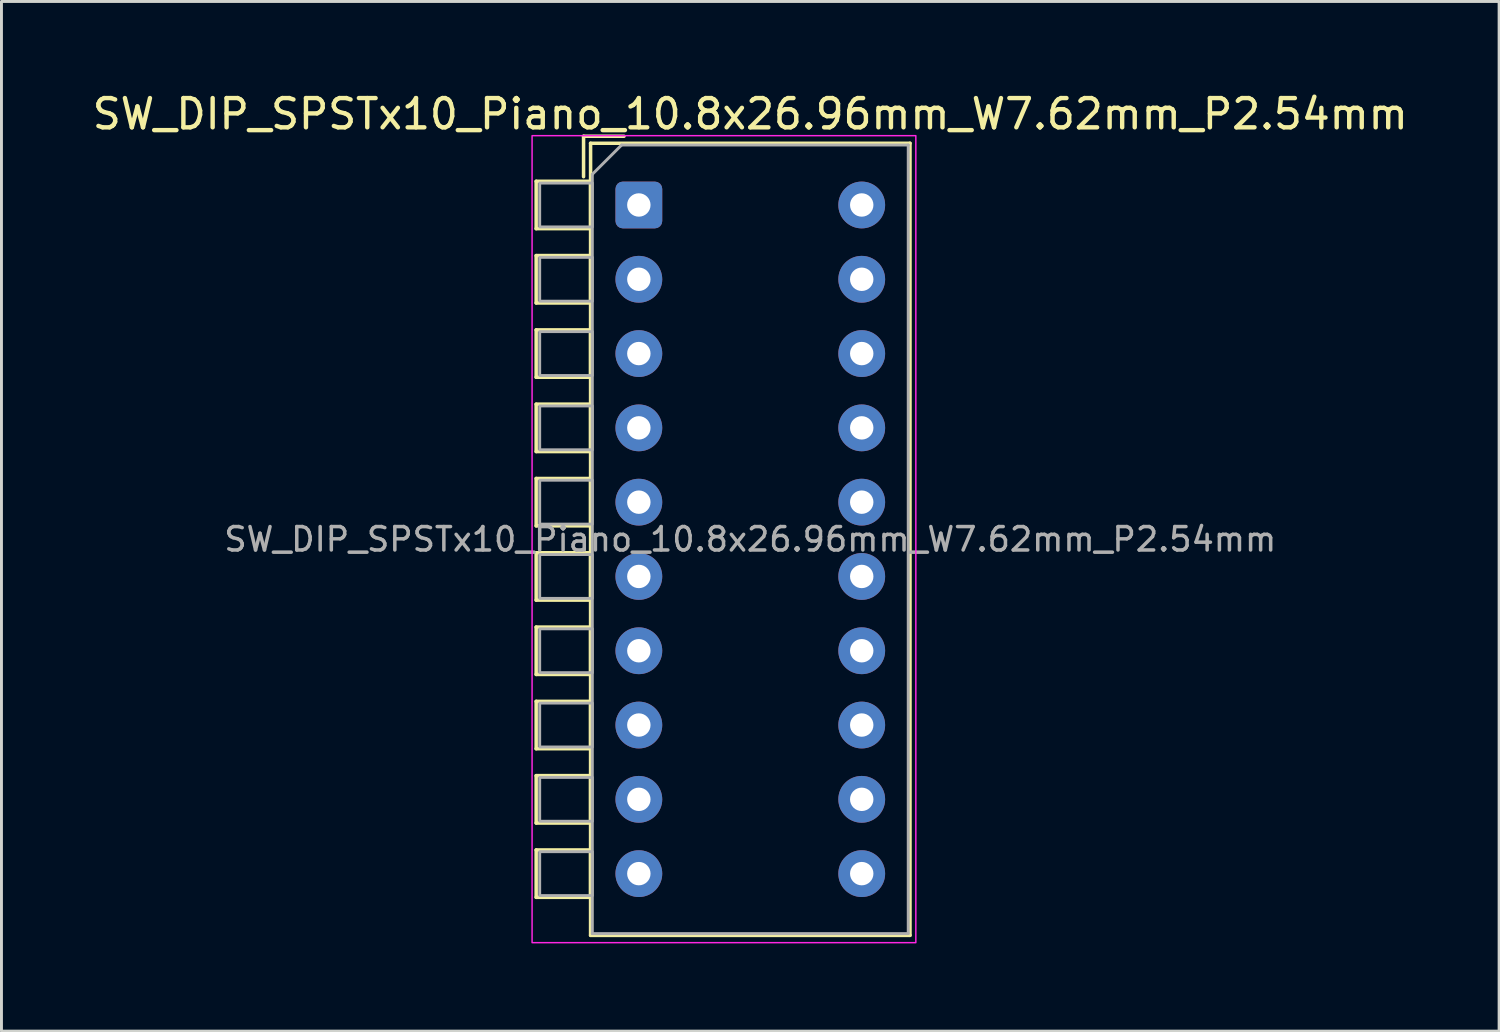
<source format=kicad_pcb>
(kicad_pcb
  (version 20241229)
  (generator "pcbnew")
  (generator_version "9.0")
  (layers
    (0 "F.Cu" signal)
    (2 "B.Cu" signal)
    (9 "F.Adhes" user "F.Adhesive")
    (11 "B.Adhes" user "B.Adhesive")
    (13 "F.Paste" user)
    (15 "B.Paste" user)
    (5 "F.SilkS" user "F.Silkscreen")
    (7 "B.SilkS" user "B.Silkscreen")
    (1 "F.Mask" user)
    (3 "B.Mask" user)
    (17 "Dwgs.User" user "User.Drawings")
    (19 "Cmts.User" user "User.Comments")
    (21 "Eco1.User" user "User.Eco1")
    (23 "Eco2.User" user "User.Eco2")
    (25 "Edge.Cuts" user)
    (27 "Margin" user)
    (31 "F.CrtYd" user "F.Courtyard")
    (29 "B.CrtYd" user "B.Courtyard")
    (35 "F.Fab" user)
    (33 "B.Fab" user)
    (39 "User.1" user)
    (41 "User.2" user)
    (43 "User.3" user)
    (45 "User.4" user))
  (footprint "SW_DIP_SPSTx10_Piano_10.8x26.96mm_W7.62mm_P2.54mm"
    (layer "F.Cu")
    (at 18.791 3.958)
    (property "Reference" "SW_DIP_SPSTx10_Piano_10.8x26.96mm_W7.62mm_P2.54mm" (at 3.81 -3.11 0) (layer "F.SilkS") (effects (font (size 1 1) (thickness 0.15))))
    (attr through_hole)
    (fp_line (start -3.51 -0.81) (end -3.51 0.81) (stroke (width 0.12) (type solid)) (layer "F.SilkS"))
    (fp_line (start -3.51 -0.81) (end -1.65 -0.81) (stroke (width 0.12) (type solid)) (layer "F.SilkS"))
    (fp_line (start -3.51 0.81) (end -1.65 0.81) (stroke (width 0.12) (type solid)) (layer "F.SilkS"))
    (fp_line (start -3.51 1.73) (end -3.51 3.35) (stroke (width 0.12) (type solid)) (layer "F.SilkS"))
    (fp_line (start -3.51 1.73) (end -1.65 1.73) (stroke (width 0.12) (type solid)) (layer "F.SilkS"))
    (fp_line (start -3.51 3.35) (end -1.65 3.35) (stroke (width 0.12) (type solid)) (layer "F.SilkS"))
    (fp_line (start -3.51 4.27) (end -3.51 5.89) (stroke (width 0.12) (type solid)) (layer "F.SilkS"))
    (fp_line (start -3.51 4.27) (end -1.65 4.27) (stroke (width 0.12) (type solid)) (layer "F.SilkS"))
    (fp_line (start -3.51 5.89) (end -1.65 5.89) (stroke (width 0.12) (type solid)) (layer "F.SilkS"))
    (fp_line (start -3.51 6.81) (end -3.51 8.43) (stroke (width 0.12) (type solid)) (layer "F.SilkS"))
    (fp_line (start -3.51 6.81) (end -1.65 6.81) (stroke (width 0.12) (type solid)) (layer "F.SilkS"))
    (fp_line (start -3.51 8.43) (end -1.65 8.43) (stroke (width 0.12) (type solid)) (layer "F.SilkS"))
    (fp_line (start -3.51 9.35) (end -3.51 10.97) (stroke (width 0.12) (type solid)) (layer "F.SilkS"))
    (fp_line (start -3.51 9.35) (end -1.65 9.35) (stroke (width 0.12) (type solid)) (layer "F.SilkS"))
    (fp_line (start -3.51 10.97) (end -1.65 10.97) (stroke (width 0.12) (type solid)) (layer "F.SilkS"))
    (fp_line (start -3.51 11.89) (end -3.51 13.51) (stroke (width 0.12) (type solid)) (layer "F.SilkS"))
    (fp_line (start -3.51 11.89) (end -1.65 11.89) (stroke (width 0.12) (type solid)) (layer "F.SilkS"))
    (fp_line (start -3.51 13.51) (end -1.65 13.51) (stroke (width 0.12) (type solid)) (layer "F.SilkS"))
    (fp_line (start -3.51 14.43) (end -3.51 16.05) (stroke (width 0.12) (type solid)) (layer "F.SilkS"))
    (fp_line (start -3.51 14.43) (end -1.65 14.43) (stroke (width 0.12) (type solid)) (layer "F.SilkS"))
    (fp_line (start -3.51 16.05) (end -1.65 16.05) (stroke (width 0.12) (type solid)) (layer "F.SilkS"))
    (fp_line (start -3.51 16.97) (end -3.51 18.59) (stroke (width 0.12) (type solid)) (layer "F.SilkS"))
    (fp_line (start -3.51 16.97) (end -1.65 16.97) (stroke (width 0.12) (type solid)) (layer "F.SilkS"))
    (fp_line (start -3.51 18.59) (end -1.65 18.59) (stroke (width 0.12) (type solid)) (layer "F.SilkS"))
    (fp_line (start -3.51 19.51) (end -3.51 21.13) (stroke (width 0.12) (type solid)) (layer "F.SilkS"))
    (fp_line (start -3.51 19.51) (end -1.65 19.51) (stroke (width 0.12) (type solid)) (layer "F.SilkS"))
    (fp_line (start -3.51 21.13) (end -1.65 21.13) (stroke (width 0.12) (type solid)) (layer "F.SilkS"))
    (fp_line (start -3.51 22.05) (end -3.51 23.67) (stroke (width 0.12) (type solid)) (layer "F.SilkS"))
    (fp_line (start -3.51 22.05) (end -1.65 22.05) (stroke (width 0.12) (type solid)) (layer "F.SilkS"))
    (fp_line (start -3.51 23.67) (end -1.65 23.67) (stroke (width 0.12) (type solid)) (layer "F.SilkS"))
    (fp_line (start -1.89 -2.35) (end -1.89 -0.967) (stroke (width 0.12) (type solid)) (layer "F.SilkS"))
    (fp_line (start -1.89 -2.35) (end -0.507 -2.35) (stroke (width 0.12) (type solid)) (layer "F.SilkS"))
    (fp_line (start -1.65 -2.11) (end -1.65 24.97) (stroke (width 0.12) (type solid)) (layer "F.SilkS"))
    (fp_line (start -1.65 -2.11) (end 9.27 -2.11) (stroke (width 0.12) (type solid)) (layer "F.SilkS"))
    (fp_line (start -1.65 -0.81) (end -1.65 0.81) (stroke (width 0.12) (type solid)) (layer "F.SilkS"))
    (fp_line (start -1.65 1.73) (end -1.65 3.35) (stroke (width 0.12) (type solid)) (layer "F.SilkS"))
    (fp_line (start -1.65 4.27) (end -1.65 5.89) (stroke (width 0.12) (type solid)) (layer "F.SilkS"))
    (fp_line (start -1.65 6.81) (end -1.65 8.43) (stroke (width 0.12) (type solid)) (layer "F.SilkS"))
    (fp_line (start -1.65 9.35) (end -1.65 10.97) (stroke (width 0.12) (type solid)) (layer "F.SilkS"))
    (fp_line (start -1.65 11.89) (end -1.65 13.51) (stroke (width 0.12) (type solid)) (layer "F.SilkS"))
    (fp_line (start -1.65 14.43) (end -1.65 16.05) (stroke (width 0.12) (type solid)) (layer "F.SilkS"))
    (fp_line (start -1.65 16.97) (end -1.65 18.59) (stroke (width 0.12) (type solid)) (layer "F.SilkS"))
    (fp_line (start -1.65 19.51) (end -1.65 21.13) (stroke (width 0.12) (type solid)) (layer "F.SilkS"))
    (fp_line (start -1.65 22.05) (end -1.65 23.67) (stroke (width 0.12) (type solid)) (layer "F.SilkS"))
    (fp_line (start -1.65 24.97) (end 9.27 24.97) (stroke (width 0.12) (type solid)) (layer "F.SilkS"))
    (fp_line (start 9.27 -2.11) (end 9.27 24.97) (stroke (width 0.12) (type solid)) (layer "F.SilkS"))
    (fp_rect (start -3.65 -2.37) (end 9.47 25.22) (stroke (width 0.05) (type solid)) (fill no) (layer "F.CrtYd"))
    (fp_line (start -1.59 -1.05) (end -0.59 -2.05) (stroke (width 0.1) (type solid)) (layer "F.Fab"))
    (fp_line (start -1.59 24.91) (end -1.59 -1.05) (stroke (width 0.1) (type solid)) (layer "F.Fab"))
    (fp_line (start -0.59 -2.05) (end 9.21 -2.05) (stroke (width 0.1) (type solid)) (layer "F.Fab"))
    (fp_line (start 9.21 -2.05) (end 9.21 24.91) (stroke (width 0.1) (type solid)) (layer "F.Fab"))
    (fp_line (start 9.21 24.91) (end -1.59 24.91) (stroke (width 0.1) (type solid)) (layer "F.Fab"))
    (fp_rect (start -1.59 -0.75) (end -3.39 0.75) (stroke (width 0.1) (type solid)) (fill no) (layer "F.Fab"))
    (fp_rect (start -1.59 1.79) (end -3.39 3.29) (stroke (width 0.1) (type solid)) (fill no) (layer "F.Fab"))
    (fp_rect (start -1.59 4.33) (end -3.39 5.83) (stroke (width 0.1) (type solid)) (fill no) (layer "F.Fab"))
    (fp_rect (start -1.59 6.87) (end -3.39 8.37) (stroke (width 0.1) (type solid)) (fill no) (layer "F.Fab"))
    (fp_rect (start -1.59 9.41) (end -3.39 10.91) (stroke (width 0.1) (type solid)) (fill no) (layer "F.Fab"))
    (fp_rect (start -1.59 11.95) (end -3.39 13.45) (stroke (width 0.1) (type solid)) (fill no) (layer "F.Fab"))
    (fp_rect (start -1.59 14.49) (end -3.39 15.99) (stroke (width 0.1) (type solid)) (fill no) (layer "F.Fab"))
    (fp_rect (start -1.59 17.03) (end -3.39 18.53) (stroke (width 0.1) (type solid)) (fill no) (layer "F.Fab"))
    (fp_rect (start -1.59 19.57) (end -3.39 21.07) (stroke (width 0.1) (type solid)) (fill no) (layer "F.Fab"))
    (fp_rect (start -1.59 22.11) (end -3.39 23.61) (stroke (width 0.1) (type solid)) (fill no) (layer "F.Fab"))
    (fp_text user "${REFERENCE}" (at 3.81 11.43 0) (layer "F.Fab") (effects (font (size 0.8 0.8) (thickness 0.12))))
    (pad "1" thru_hole roundrect (at 0 0) (size 1.6 1.6) (drill 0.8) (layers "*.Cu" "*.Mask") (roundrect_rratio 0.156))
    (pad "2" thru_hole circle (at 0 2.54) (size 1.6 1.6) (drill 0.8) (layers "*.Cu" "*.Mask"))
    (pad "3" thru_hole circle (at 0 5.08) (size 1.6 1.6) (drill 0.8) (layers "*.Cu" "*.Mask"))
    (pad "4" thru_hole circle (at 0 7.62) (size 1.6 1.6) (drill 0.8) (layers "*.Cu" "*.Mask"))
    (pad "5" thru_hole circle (at 0 10.16) (size 1.6 1.6) (drill 0.8) (layers "*.Cu" "*.Mask"))
    (pad "6" thru_hole circle (at 0 12.7) (size 1.6 1.6) (drill 0.8) (layers "*.Cu" "*.Mask"))
    (pad "7" thru_hole circle (at 0 15.24) (size 1.6 1.6) (drill 0.8) (layers "*.Cu" "*.Mask"))
    (pad "8" thru_hole circle (at 0 17.78) (size 1.6 1.6) (drill 0.8) (layers "*.Cu" "*.Mask"))
    (pad "9" thru_hole circle (at 0 20.32) (size 1.6 1.6) (drill 0.8) (layers "*.Cu" "*.Mask"))
    (pad "10" thru_hole circle (at 0 22.86) (size 1.6 1.6) (drill 0.8) (layers "*.Cu" "*.Mask"))
    (pad "11" thru_hole circle (at 7.62 22.86) (size 1.6 1.6) (drill 0.8) (layers "*.Cu" "*.Mask"))
    (pad "12" thru_hole circle (at 7.62 20.32) (size 1.6 1.6) (drill 0.8) (layers "*.Cu" "*.Mask"))
    (pad "13" thru_hole circle (at 7.62 17.78) (size 1.6 1.6) (drill 0.8) (layers "*.Cu" "*.Mask"))
    (pad "14" thru_hole circle (at 7.62 15.24) (size 1.6 1.6) (drill 0.8) (layers "*.Cu" "*.Mask"))
    (pad "15" thru_hole circle (at 7.62 12.7) (size 1.6 1.6) (drill 0.8) (layers "*.Cu" "*.Mask"))
    (pad "16" thru_hole circle (at 7.62 10.16) (size 1.6 1.6) (drill 0.8) (layers "*.Cu" "*.Mask"))
    (pad "17" thru_hole circle (at 7.62 7.62) (size 1.6 1.6) (drill 0.8) (layers "*.Cu" "*.Mask"))
    (pad "18" thru_hole circle (at 7.62 5.08) (size 1.6 1.6) (drill 0.8) (layers "*.Cu" "*.Mask"))
    (pad "19" thru_hole circle (at 7.62 2.54) (size 1.6 1.6) (drill 0.8) (layers "*.Cu" "*.Mask"))
    (pad "20" thru_hole circle (at 7.62 0) (size 1.6 1.6) (drill 0.8) (layers "*.Cu" "*.Mask")))
  (gr_rect
    (start -3 -3)
    (end 48.202 32.203)
    (stroke (width 0.1) (type default))
    (fill no)
    (layer "Edge.Cuts")))
</source>
